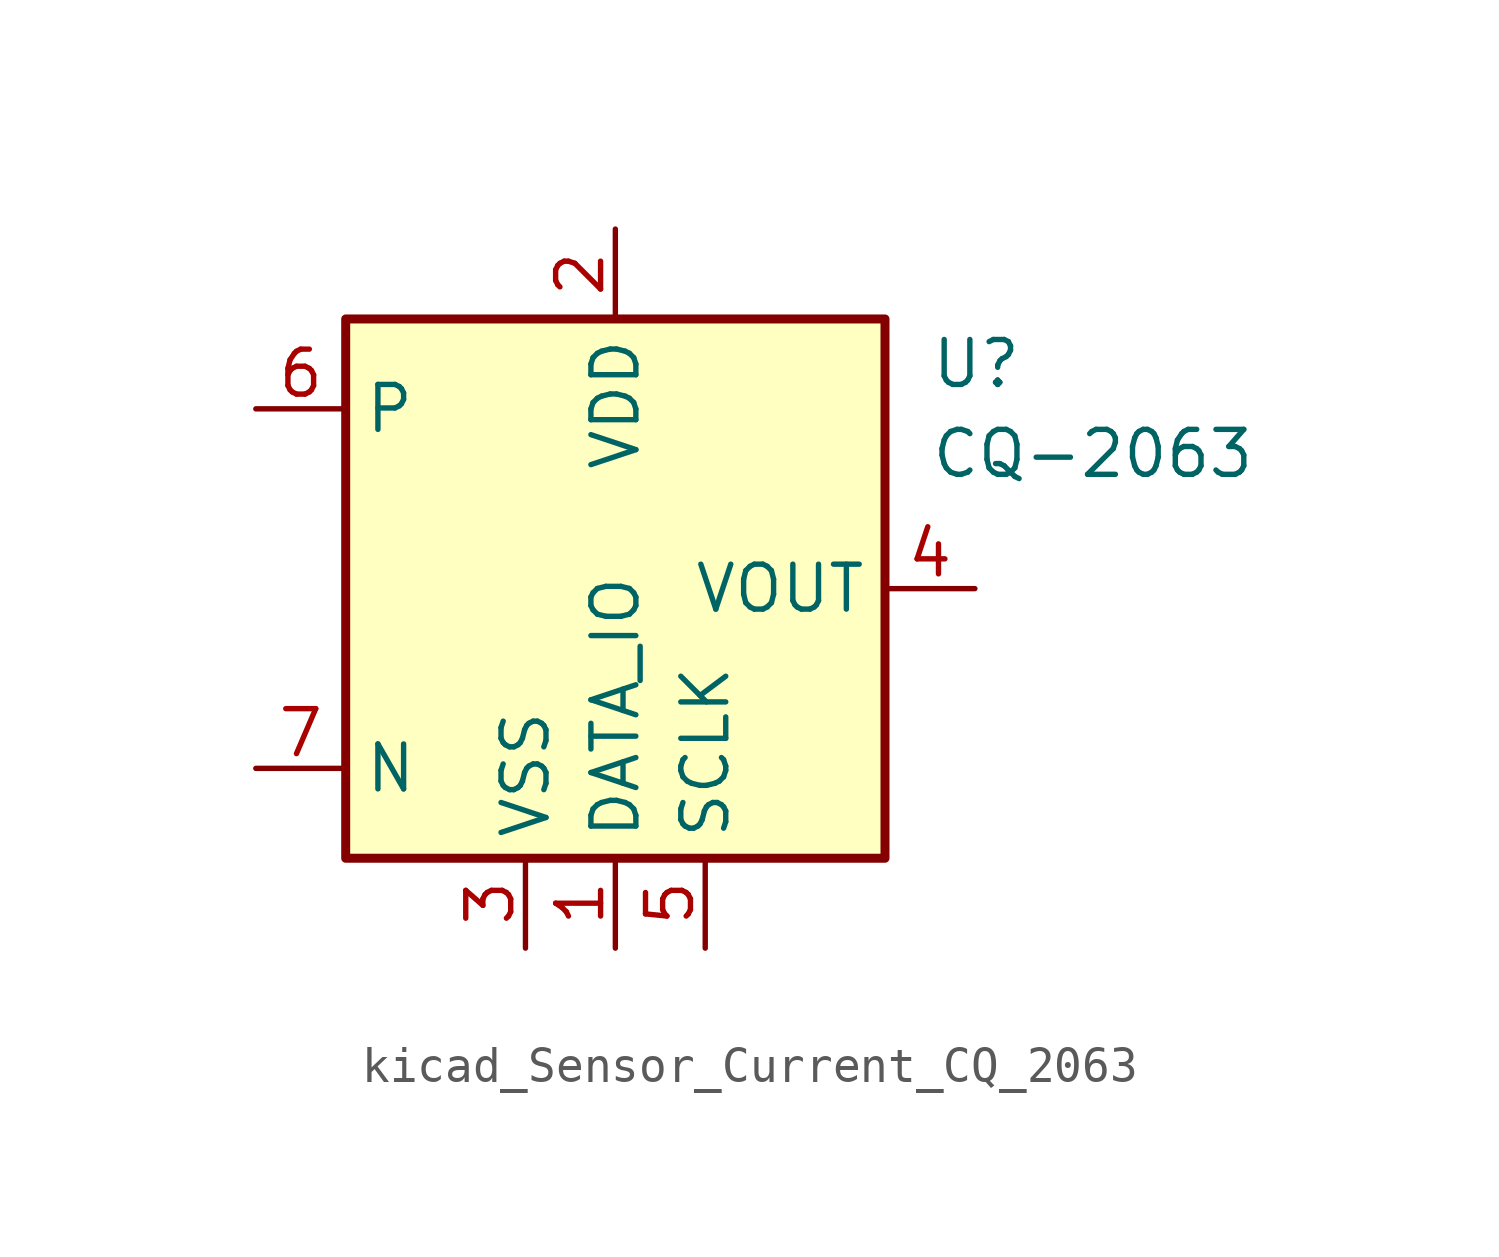
<source format=kicad_sym>
(kicad_symbol_lib
  (version 20220914)
  (generator kicad_symbol_editor)
  (symbol "kicad_Sensor_Current_CQ_2063"
    (property "Reference" "U"
      (at 8.89 6.35 0)
      (effects (font (size 1.27 1.27)) (justify left)))
    (property "Value" "CQ-2063"
      (at 8.89 3.81 0)
      (effects (font (size 1.27 1.27)) (justify left)))
    (symbol "kicad_Sensor_Current_CQ_2063_0_1"
      (rectangle (start -7.62 7.62) (end 7.62 -7.62) (stroke (width 0.254) (type default)) (fill (type background))))
    (symbol "kicad_Sensor_Current_CQ_2063_1_1"
      (pin power_in line (at 0 -10.16 90) (length 2.54) (name "DATA_IO" (effects (font (size 1.27 1.27)))) (number "1" (effects (font (size 1.27 1.27)))))
      (pin power_in line (at 0 10.16 270) (length 2.54) (name "VDD" (effects (font (size 1.27 1.27)))) (number "2" (effects (font (size 1.27 1.27)))))
      (pin power_in line (at -2.54 -10.16 90) (length 2.54) (name "VSS" (effects (font (size 1.27 1.27)))) (number "3" (effects (font (size 1.27 1.27)))))
      (pin output line (at 10.16 0 180) (length 2.54) (name "VOUT" (effects (font (size 1.27 1.27)))) (number "4" (effects (font (size 1.27 1.27)))))
      (pin power_in line (at 2.54 -10.16 90) (length 2.54) (name "SCLK" (effects (font (size 1.27 1.27)))) (number "5" (effects (font (size 1.27 1.27)))))
      (pin passive line (at -10.16 5.08 0) (length 2.54) (name "P" (effects (font (size 1.27 1.27)))) (number "6" (effects (font (size 1.27 1.27)))))
      (pin passive line (at -10.16 -5.08 0) (length 2.54) (name "N" (effects (font (size 1.27 1.27)))) (number "7" (effects (font (size 1.27 1.27))))))))
</source>
